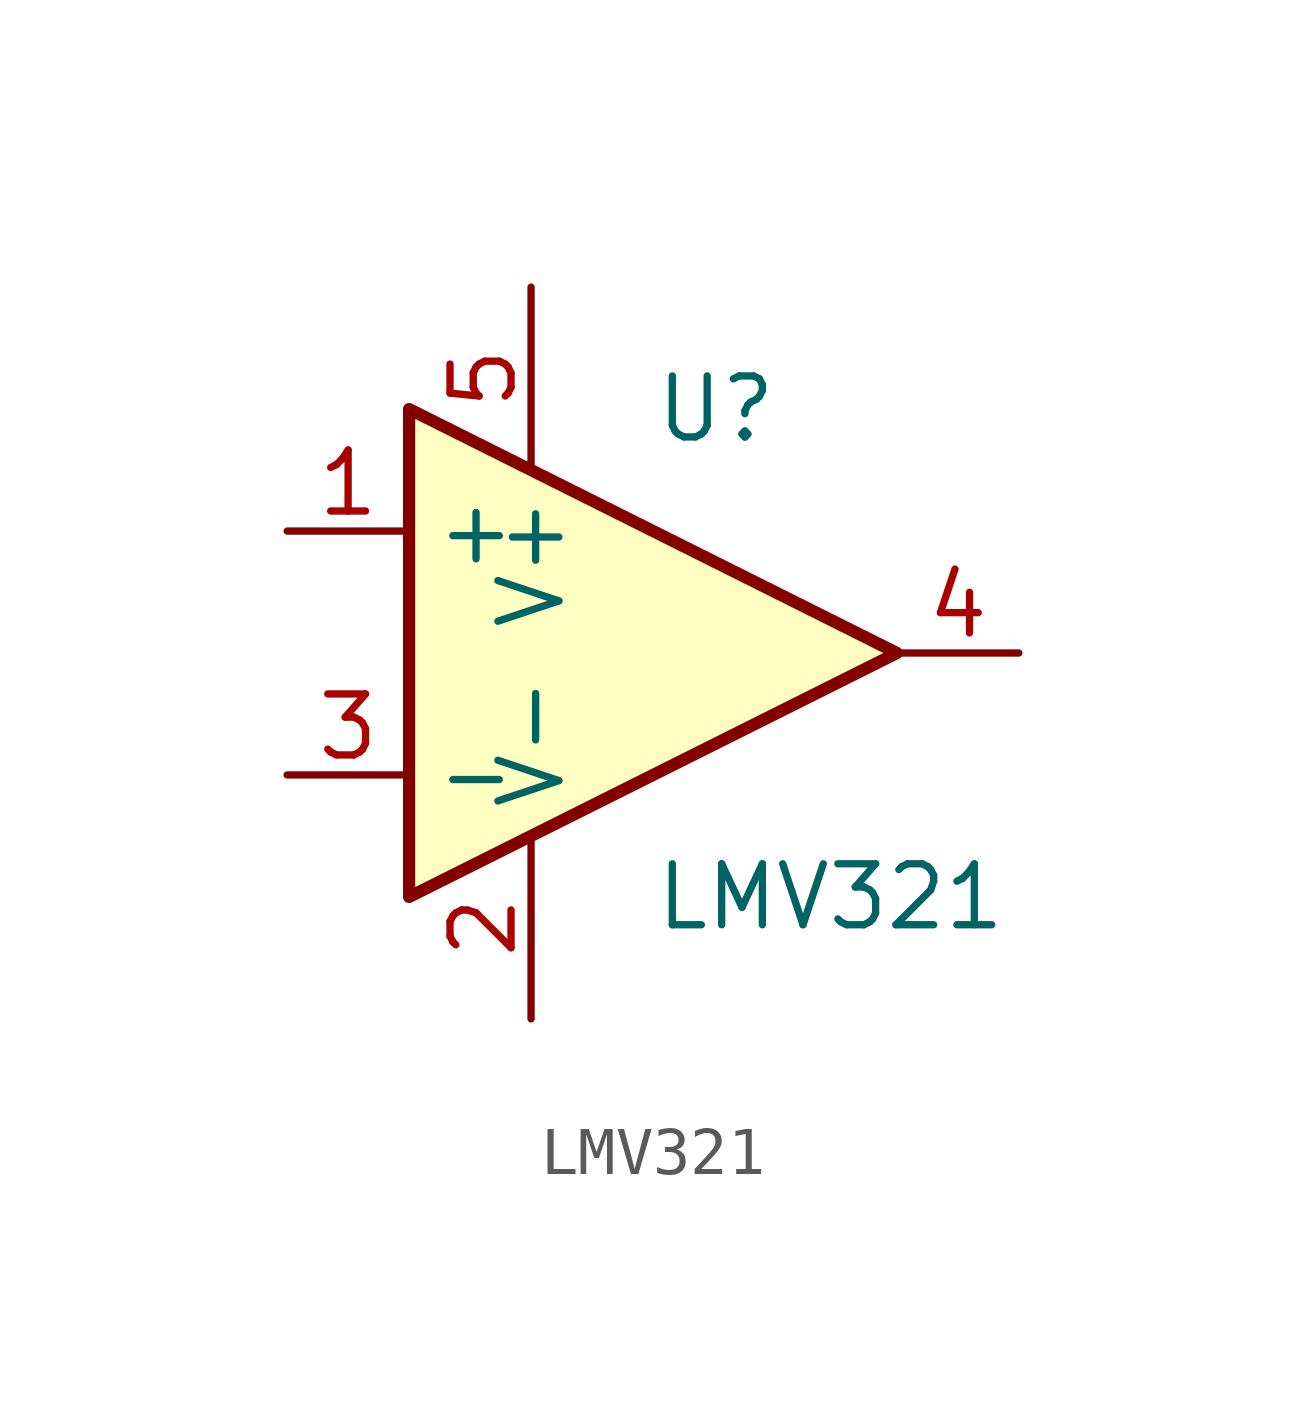
<source format=kicad_sym>
(kicad_symbol_lib
  (version 20220914)
  (generator kicad_symbol_editor)
  (symbol "LMV321"
    (property "Reference" "U"
      (at 0 5.08 0)
      (effects (font (size 1.27 1.27)) (justify left)))
    (property "Value" "LMV321"
      (at 0 -5.08 0)
      (effects (font (size 1.27 1.27)) (justify left)))
    (symbol "LMV321_0_1"
      (polyline (pts (xy -5.08 5.08) (xy 5.08 0) (xy -5.08 -5.08) (xy -5.08 5.08)) (stroke (width 0.254) (type solid)) (fill (type background)))
      (pin power_in line (at -2.54 -7.62 90) (length 3.81) (name "V-" (effects (font (size 1.27 1.27)))) (number "2" (effects (font (size 1.27 1.27)))))
      (pin power_in line (at -2.54 7.62 270) (length 3.81) (name "V+" (effects (font (size 1.27 1.27)))) (number "5" (effects (font (size 1.27 1.27))))))
    (symbol "LMV321_1_1"
      (pin input line (at -7.62 2.54 0) (length 2.54) (name "+" (effects (font (size 1.27 1.27)))) (number "1" (effects (font (size 1.27 1.27)))))
      (pin input line (at -7.62 -2.54 0) (length 2.54) (name "-" (effects (font (size 1.27 1.27)))) (number "3" (effects (font (size 1.27 1.27)))))
      (pin output line (at 7.62 0 180) (length 2.54) (name "~" (effects (font (size 1.27 1.27)))) (number "4" (effects (font (size 1.27 1.27))))))))
</source>
